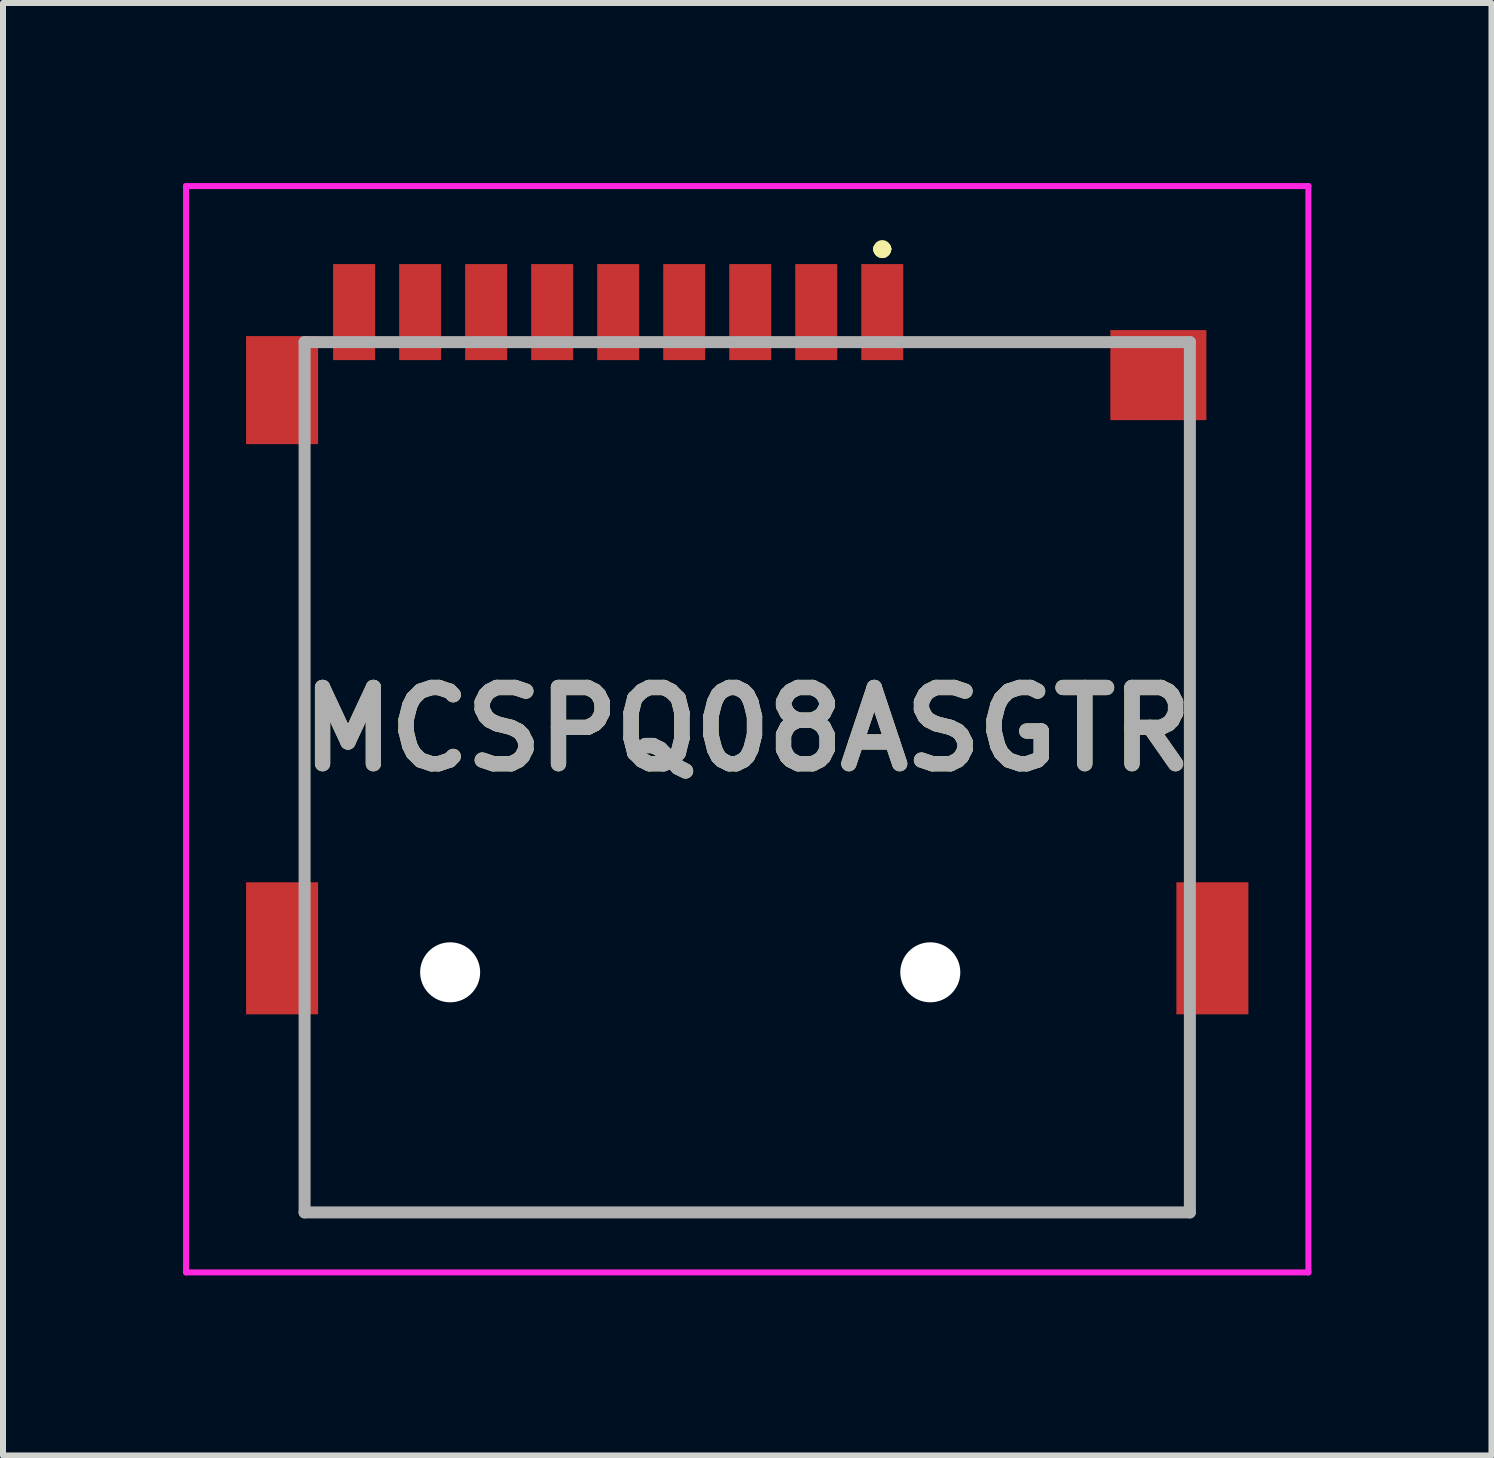
<source format=kicad_pcb>
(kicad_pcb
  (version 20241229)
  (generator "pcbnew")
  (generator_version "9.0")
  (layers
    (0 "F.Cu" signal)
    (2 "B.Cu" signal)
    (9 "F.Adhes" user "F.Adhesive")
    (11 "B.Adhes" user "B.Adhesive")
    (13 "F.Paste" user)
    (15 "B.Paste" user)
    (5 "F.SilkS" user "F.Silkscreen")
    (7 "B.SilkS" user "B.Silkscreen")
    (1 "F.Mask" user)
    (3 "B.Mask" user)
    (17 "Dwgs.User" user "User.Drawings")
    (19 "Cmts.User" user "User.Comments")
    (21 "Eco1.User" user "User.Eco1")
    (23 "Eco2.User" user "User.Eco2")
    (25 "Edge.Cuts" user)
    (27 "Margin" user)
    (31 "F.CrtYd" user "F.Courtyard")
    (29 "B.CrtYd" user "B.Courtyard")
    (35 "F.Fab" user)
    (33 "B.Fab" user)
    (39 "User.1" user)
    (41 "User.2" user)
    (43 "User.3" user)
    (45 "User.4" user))
  (footprint "MCSPQ08ASGTR"
    (layer "F.Cu")
    (at 9.4 9.9)
    (property "Reference" "MCSPQ08ASGTR" (at 0 -0.8 0) (layer "F.SilkS") (effects (font (size 1.27 1.27) (thickness 0.254))))
    (attr through_hole)
    (fp_line (start -7.375 -5) (end -7.375 -5) (stroke (width 0.1) (type solid)) (layer "F.SilkS"))
    (fp_line (start -7.375 -5) (end -7.375 1.25) (stroke (width 0.1) (type solid)) (layer "F.SilkS"))
    (fp_line (start -7.375 1.25) (end -7.375 -5) (stroke (width 0.1) (type solid)) (layer "F.SilkS"))
    (fp_line (start -7.375 1.25) (end -7.375 1.25) (stroke (width 0.1) (type solid)) (layer "F.SilkS"))
    (fp_line (start -7.375 4.5) (end -7.375 4.5) (stroke (width 0.1) (type solid)) (layer "F.SilkS"))
    (fp_line (start -7.375 4.5) (end -7.375 7.25) (stroke (width 0.1) (type solid)) (layer "F.SilkS"))
    (fp_line (start -7.375 7.25) (end -7.375 4.5) (stroke (width 0.1) (type solid)) (layer "F.SilkS"))
    (fp_line (start -7.375 7.25) (end -7.375 7.25) (stroke (width 0.1) (type solid)) (layer "F.SilkS"))
    (fp_line (start -7.375 7.25) (end -7.375 7.25) (stroke (width 0.1) (type solid)) (layer "F.SilkS"))
    (fp_line (start -7.375 7.25) (end 7.375 7.25) (stroke (width 0.1) (type solid)) (layer "F.SilkS"))
    (fp_line (start 2.2 -8.8) (end 2.2 -8.8) (stroke (width 0.2) (type solid)) (layer "F.SilkS"))
    (fp_line (start 2.2 -8.8) (end 2.2 -8.8) (stroke (width 0.2) (type solid)) (layer "F.SilkS"))
    (fp_line (start 2.3 -8.8) (end 2.3 -8.8) (stroke (width 0.2) (type solid)) (layer "F.SilkS"))
    (fp_line (start 3.25 -7.25) (end 3.25 -7.25) (stroke (width 0.1) (type solid)) (layer "F.SilkS"))
    (fp_line (start 3.25 -7.25) (end 5.5 -7.25) (stroke (width 0.1) (type solid)) (layer "F.SilkS"))
    (fp_line (start 5.5 -7.25) (end 3.25 -7.25) (stroke (width 0.1) (type solid)) (layer "F.SilkS"))
    (fp_line (start 5.5 -7.25) (end 5.5 -7.25) (stroke (width 0.1) (type solid)) (layer "F.SilkS"))
    (fp_line (start 7.375 -5.25) (end 7.375 -5.25) (stroke (width 0.1) (type solid)) (layer "F.SilkS"))
    (fp_line (start 7.375 -5.25) (end 7.375 1.25) (stroke (width 0.1) (type solid)) (layer "F.SilkS"))
    (fp_line (start 7.375 1.25) (end 7.375 -5.25) (stroke (width 0.1) (type solid)) (layer "F.SilkS"))
    (fp_line (start 7.375 1.25) (end 7.375 1.25) (stroke (width 0.1) (type solid)) (layer "F.SilkS"))
    (fp_line (start 7.375 4.5) (end 7.375 4.5) (stroke (width 0.1) (type solid)) (layer "F.SilkS"))
    (fp_line (start 7.375 4.5) (end 7.375 7.25) (stroke (width 0.1) (type solid)) (layer "F.SilkS"))
    (fp_line (start 7.375 7.25) (end -7.375 7.25) (stroke (width 0.1) (type solid)) (layer "F.SilkS"))
    (fp_line (start 7.375 7.25) (end 7.375 4.5) (stroke (width 0.1) (type solid)) (layer "F.SilkS"))
    (fp_line (start 7.375 7.25) (end 7.375 7.25) (stroke (width 0.1) (type solid)) (layer "F.SilkS"))
    (fp_line (start 7.375 7.25) (end 7.375 7.25) (stroke (width 0.1) (type solid)) (layer "F.SilkS"))
    (fp_arc (start 2.2 -8.8) (mid 2.25 -8.85) (end 2.3 -8.8) (stroke (width 0.2) (type solid)) (layer "F.SilkS"))
    (fp_arc (start 2.3 -8.8) (mid 2.25 -8.75) (end 2.2 -8.8) (stroke (width 0.2) (type solid)) (layer "F.SilkS"))
    (fp_arc (start 2.3 -8.8) (mid 2.25 -8.75) (end 2.2 -8.8) (stroke (width 0.2) (type solid)) (layer "F.SilkS"))
    (fp_line (start -9.35 -9.85) (end 9.35 -9.85) (stroke (width 0.1) (type solid)) (layer "F.CrtYd"))
    (fp_line (start -9.35 8.25) (end -9.35 -9.85) (stroke (width 0.1) (type solid)) (layer "F.CrtYd"))
    (fp_line (start 9.35 -9.85) (end 9.35 8.25) (stroke (width 0.1) (type solid)) (layer "F.CrtYd"))
    (fp_line (start 9.35 8.25) (end -9.35 8.25) (stroke (width 0.1) (type solid)) (layer "F.CrtYd"))
    (fp_line (start -7.375 -7.25) (end -7.375 7.25) (stroke (width 0.2) (type solid)) (layer "F.Fab"))
    (fp_line (start -7.375 7.25) (end 7.375 7.25) (stroke (width 0.2) (type solid)) (layer "F.Fab"))
    (fp_line (start 7.375 -7.25) (end -7.375 -7.25) (stroke (width 0.2) (type solid)) (layer "F.Fab"))
    (fp_line (start 7.375 7.25) (end 7.375 -7.25) (stroke (width 0.2) (type solid)) (layer "F.Fab"))
    (fp_text user "${REFERENCE}" (at 0 -0.8 0) (layer "F.Fab") (effects (font (size 1.27 1.27) (thickness 0.254))))
    (pad "" np_thru_hole circle (at -4.95 3.25) (size 1 1) (drill 1) (layers "*.Cu" "*.Mask"))
    (pad "" np_thru_hole circle (at 3.05 3.25) (size 1 1) (drill 1) (layers "*.Cu" "*.Mask"))
    (pad "1" smd rect (at 2.25 -7.75) (size 0.7 1.6) (layers "F.Cu" "F.Mask" "F.Paste"))
    (pad "2" smd rect (at 1.15 -7.75) (size 0.7 1.6) (layers "F.Cu" "F.Mask" "F.Paste"))
    (pad "3" smd rect (at 0.05 -7.75) (size 0.7 1.6) (layers "F.Cu" "F.Mask" "F.Paste"))
    (pad "4" smd rect (at -1.05 -7.75) (size 0.7 1.6) (layers "F.Cu" "F.Mask" "F.Paste"))
    (pad "5" smd rect (at -2.15 -7.75) (size 0.7 1.6) (layers "F.Cu" "F.Mask" "F.Paste"))
    (pad "6" smd rect (at -3.25 -7.75) (size 0.7 1.6) (layers "F.Cu" "F.Mask" "F.Paste"))
    (pad "7" smd rect (at -4.35 -7.75) (size 0.7 1.6) (layers "F.Cu" "F.Mask" "F.Paste"))
    (pad "8" smd rect (at -5.45 -7.75) (size 0.7 1.6) (layers "F.Cu" "F.Mask" "F.Paste"))
    (pad "9" smd rect (at -6.55 -7.75) (size 0.7 1.6) (layers "F.Cu" "F.Mask" "F.Paste"))
    (pad "MP1" smd rect (at 6.85 -6.7 90) (size 1.5 1.6) (layers "F.Cu" "F.Mask" "F.Paste"))
    (pad "MP2" smd rect (at -7.75 -6.45) (size 1.2 1.8) (layers "F.Cu" "F.Mask" "F.Paste"))
    (pad "MP3" smd rect (at -7.75 2.85) (size 1.2 2.2) (layers "F.Cu" "F.Mask" "F.Paste"))
    (pad "MP4" smd rect (at 7.75 2.85) (size 1.2 2.2) (layers "F.Cu" "F.Mask" "F.Paste")))
  (gr_rect
    (start -3 -3)
    (end 21.8 21.2)
    (stroke (width 0.1) (type default))
    (fill no)
    (layer "Edge.Cuts")))
</source>
